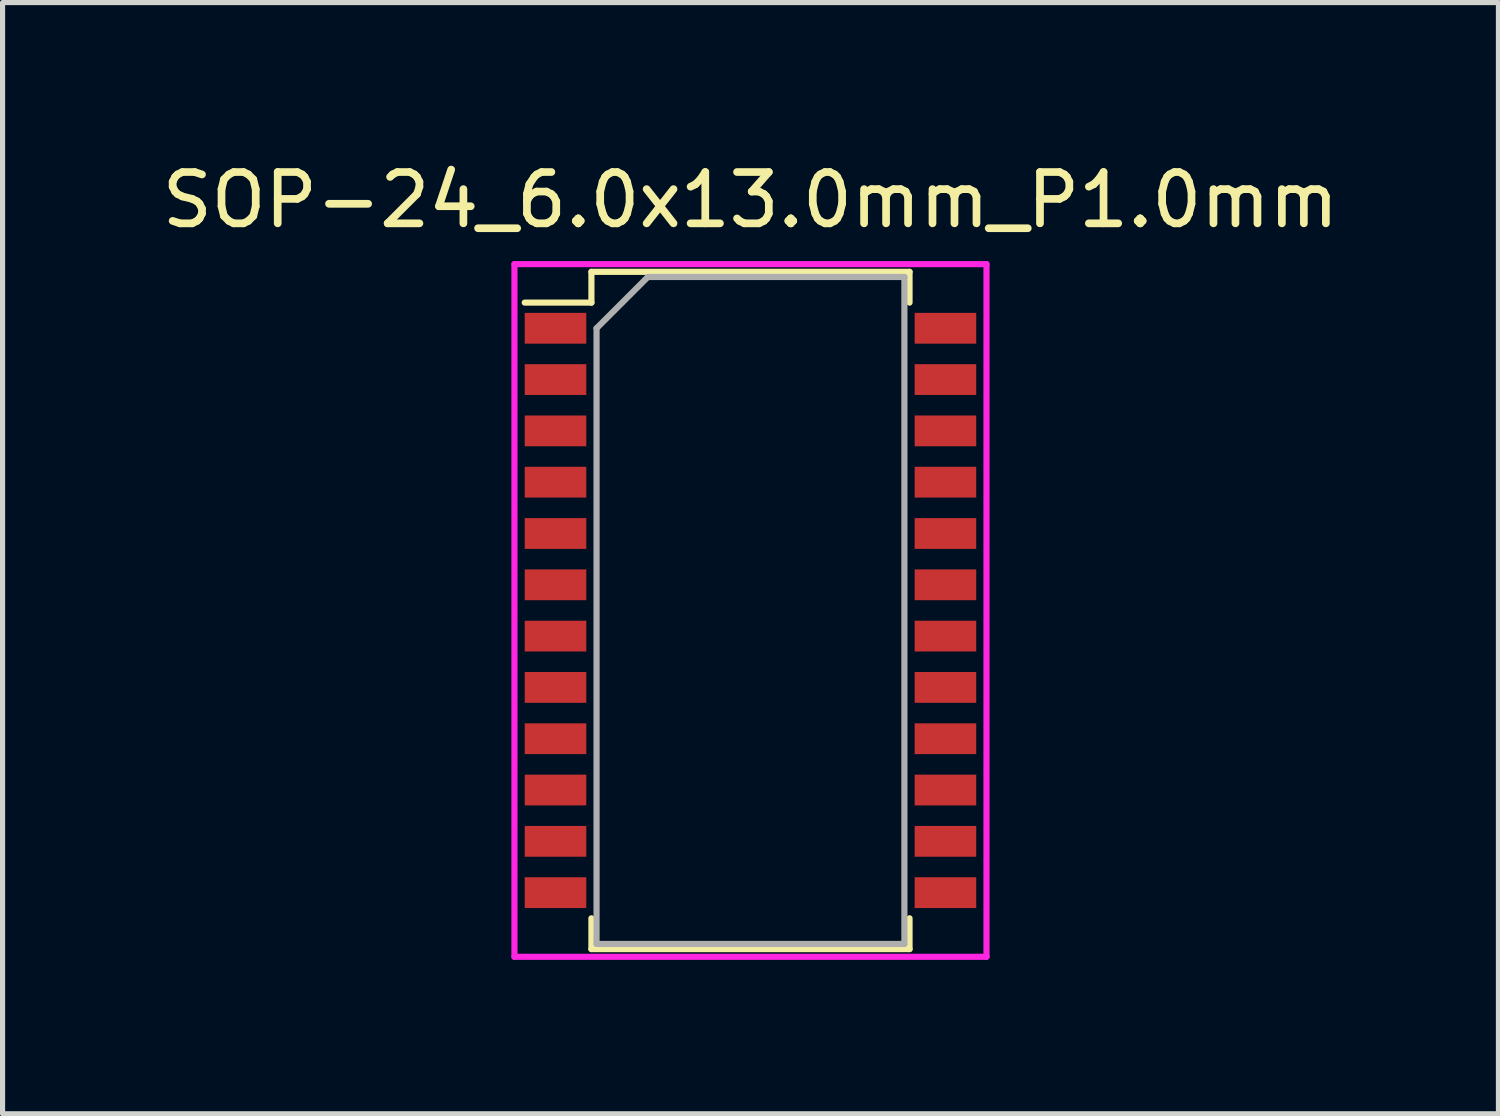
<source format=kicad_pcb>
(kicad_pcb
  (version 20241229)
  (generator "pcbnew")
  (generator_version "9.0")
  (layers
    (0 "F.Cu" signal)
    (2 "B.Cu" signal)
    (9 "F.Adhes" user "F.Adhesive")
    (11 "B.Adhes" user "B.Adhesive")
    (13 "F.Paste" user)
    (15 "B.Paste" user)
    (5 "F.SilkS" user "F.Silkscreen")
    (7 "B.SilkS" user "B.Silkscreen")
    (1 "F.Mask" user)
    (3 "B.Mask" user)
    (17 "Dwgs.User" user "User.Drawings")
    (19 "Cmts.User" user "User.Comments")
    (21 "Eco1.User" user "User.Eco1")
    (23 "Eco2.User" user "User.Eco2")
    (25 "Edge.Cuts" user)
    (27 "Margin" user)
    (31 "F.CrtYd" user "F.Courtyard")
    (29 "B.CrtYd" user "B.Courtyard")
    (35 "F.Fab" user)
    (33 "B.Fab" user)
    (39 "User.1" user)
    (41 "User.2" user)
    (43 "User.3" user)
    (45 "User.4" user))
  (footprint "SOP-24_6.0x13.0mm_P1.0mm"
    (layer "F.Cu")
    (at 11.577 8.848)
    (property "Reference" "SOP-24_6.0x13.0mm_P1.0mm" (at 0 -8 0) (layer "F.SilkS") (effects (font (size 1 1) (thickness 0.15))))
    (attr through_hole)
    (fp_line (start -4.4 -6) (end -3.1 -6) (stroke (width 0.12) (type solid)) (layer "F.SilkS"))
    (fp_line (start -3.1 -6.6) (end 3.1 -6.6) (stroke (width 0.12) (type solid)) (layer "F.SilkS"))
    (fp_line (start -3.1 -6) (end -3.1 -6.6) (stroke (width 0.12) (type solid)) (layer "F.SilkS"))
    (fp_line (start -3.1 6) (end -3.1 6.6) (stroke (width 0.12) (type solid)) (layer "F.SilkS"))
    (fp_line (start -3.1 6.6) (end 3.1 6.6) (stroke (width 0.12) (type solid)) (layer "F.SilkS"))
    (fp_line (start 3.1 -6.6) (end 3.1 -6) (stroke (width 0.12) (type solid)) (layer "F.SilkS"))
    (fp_line (start 3.1 6.6) (end 3.1 6) (stroke (width 0.12) (type solid)) (layer "F.SilkS"))
    (fp_line (start -4.6 -6.75) (end 4.6 -6.75) (stroke (width 0.12) (type solid)) (layer "F.CrtYd"))
    (fp_line (start -4.6 6.75) (end -4.6 -6.75) (stroke (width 0.12) (type solid)) (layer "F.CrtYd"))
    (fp_line (start 4.6 -6.75) (end 4.6 6.75) (stroke (width 0.12) (type solid)) (layer "F.CrtYd"))
    (fp_line (start 4.6 6.75) (end -4.6 6.75) (stroke (width 0.12) (type solid)) (layer "F.CrtYd"))
    (fp_line (start -3 -5.5) (end -2 -6.5) (stroke (width 0.12) (type solid)) (layer "F.Fab"))
    (fp_line (start -3 6.5) (end -3 -5.5) (stroke (width 0.12) (type solid)) (layer "F.Fab"))
    (fp_line (start -2 -6.5) (end 3 -6.5) (stroke (width 0.12) (type solid)) (layer "F.Fab"))
    (fp_line (start 3 -6.5) (end 3 6.5) (stroke (width 0.12) (type solid)) (layer "F.Fab"))
    (fp_line (start 3 6.5) (end -3 6.5) (stroke (width 0.12) (type solid)) (layer "F.Fab"))
    (pad "1" smd rect (at -3.8 -5.5) (size 1.2 0.6) (layers "F.Cu" "F.Mask" "F.Paste"))
    (pad "2" smd rect (at -3.8 -4.5) (size 1.2 0.6) (layers "F.Cu" "F.Mask" "F.Paste"))
    (pad "3" smd rect (at -3.8 -3.5) (size 1.2 0.6) (layers "F.Cu" "F.Mask" "F.Paste"))
    (pad "4" smd rect (at -3.8 -2.5) (size 1.2 0.6) (layers "F.Cu" "F.Mask" "F.Paste"))
    (pad "5" smd rect (at -3.8 -1.5) (size 1.2 0.6) (layers "F.Cu" "F.Mask" "F.Paste"))
    (pad "6" smd rect (at -3.8 -0.5) (size 1.2 0.6) (layers "F.Cu" "F.Mask" "F.Paste"))
    (pad "7" smd rect (at -3.8 0.5) (size 1.2 0.6) (layers "F.Cu" "F.Mask" "F.Paste"))
    (pad "8" smd rect (at -3.8 1.5) (size 1.2 0.6) (layers "F.Cu" "F.Mask" "F.Paste"))
    (pad "9" smd rect (at -3.8 2.5) (size 1.2 0.6) (layers "F.Cu" "F.Mask" "F.Paste"))
    (pad "10" smd rect (at -3.8 3.5) (size 1.2 0.6) (layers "F.Cu" "F.Mask" "F.Paste"))
    (pad "11" smd rect (at -3.8 4.5) (size 1.2 0.6) (layers "F.Cu" "F.Mask" "F.Paste"))
    (pad "12" smd rect (at -3.8 5.5) (size 1.2 0.6) (layers "F.Cu" "F.Mask" "F.Paste"))
    (pad "13" smd rect (at 3.8 5.5) (size 1.2 0.6) (layers "F.Cu" "F.Mask" "F.Paste"))
    (pad "14" smd rect (at 3.8 4.5) (size 1.2 0.6) (layers "F.Cu" "F.Mask" "F.Paste"))
    (pad "15" smd rect (at 3.8 3.5) (size 1.2 0.6) (layers "F.Cu" "F.Mask" "F.Paste"))
    (pad "16" smd rect (at 3.8 2.5) (size 1.2 0.6) (layers "F.Cu" "F.Mask" "F.Paste"))
    (pad "17" smd rect (at 3.8 1.5) (size 1.2 0.6) (layers "F.Cu" "F.Mask" "F.Paste"))
    (pad "18" smd rect (at 3.8 0.5) (size 1.2 0.6) (layers "F.Cu" "F.Mask" "F.Paste"))
    (pad "19" smd rect (at 3.8 -0.5) (size 1.2 0.6) (layers "F.Cu" "F.Mask" "F.Paste"))
    (pad "20" smd rect (at 3.8 -1.5) (size 1.2 0.6) (layers "F.Cu" "F.Mask" "F.Paste"))
    (pad "21" smd rect (at 3.8 -2.5) (size 1.2 0.6) (layers "F.Cu" "F.Mask" "F.Paste"))
    (pad "22" smd rect (at 3.8 -3.5) (size 1.2 0.6) (layers "F.Cu" "F.Mask" "F.Paste"))
    (pad "23" smd rect (at 3.8 -4.5) (size 1.2 0.6) (layers "F.Cu" "F.Mask" "F.Paste"))
    (pad "24" smd rect (at 3.8 -5.5) (size 1.2 0.6) (layers "F.Cu" "F.Mask" "F.Paste")))
  (gr_rect
    (start -3 -3)
    (end 26.155 18.658)
    (stroke (width 0.1) (type default))
    (fill no)
    (layer "Edge.Cuts")))
</source>
